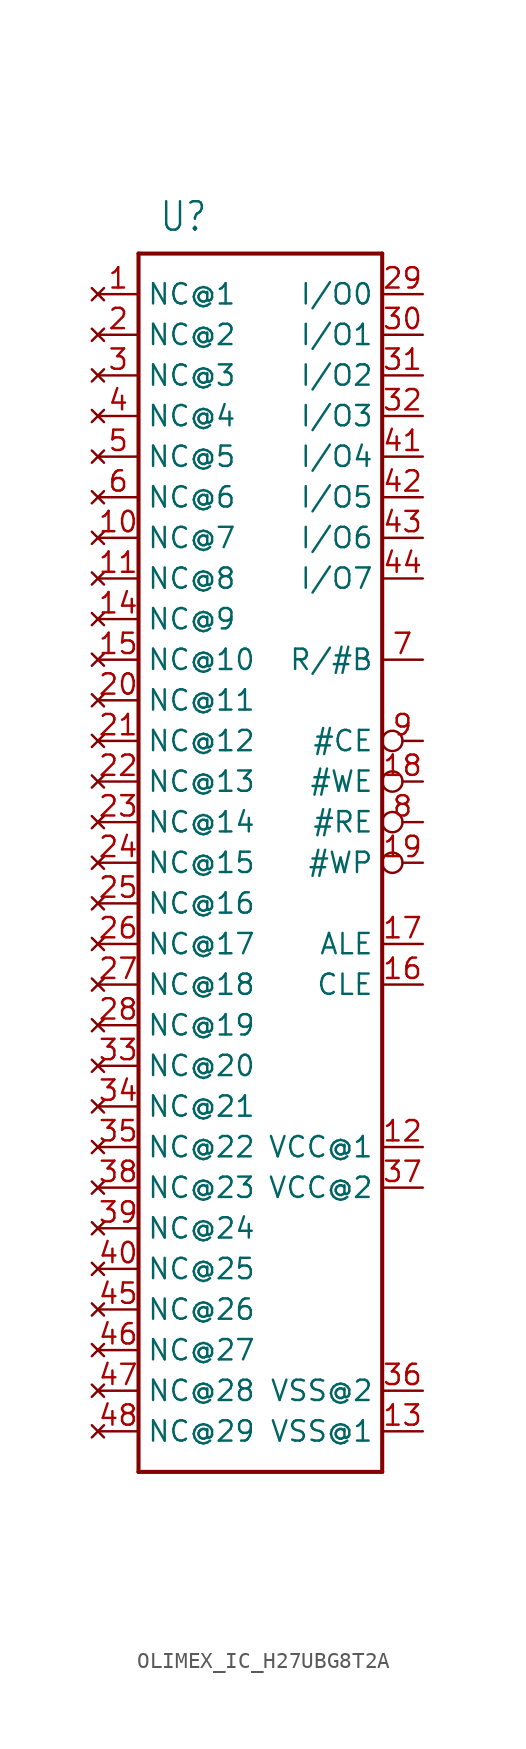
<source format=kicad_sym>
(kicad_symbol_lib
  (version 20231120)
  (generator "kicad_symbol_editor")
  (generator_version "8.0")
  (symbol "OLIMEX_IC_H27UBG8T2A"
    (property "Reference" "U"
      (at -6.35 39.37 0)
      (effects (font (size 1.778 1.511)) (justify left bottom)))
    (property "Value" ""
      (at -6.35 -40.64 0)
      (effects (font (size 1.778 1.511)) (justify left bottom)))
    (property "ki_locked" ""
      (at 0 0 0)
      (effects (font (size 1.27 1.27))))
    (symbol "OLIMEX_IC_H27UBG8T2A_1_0"
      (polyline (pts (xy -7.62 -38.1) (xy 7.62 -38.1)) (stroke (width 0.254) (type solid)) (fill (type none)))
      (polyline (pts (xy -7.62 38.1) (xy -7.62 -38.1)) (stroke (width 0.254) (type solid)) (fill (type none)))
      (polyline (pts (xy 7.62 -38.1) (xy 7.62 38.1)) (stroke (width 0.254) (type solid)) (fill (type none)))
      (polyline (pts (xy 7.62 38.1) (xy -7.62 38.1)) (stroke (width 0.254) (type solid)) (fill (type none)))
      (pin no_connect line (at -10.16 35.56 0) (length 2.54) (name "NC@1" (effects (font (size 1.27 1.27)))) (number "1" (effects (font (size 1.27 1.27)))))
      (pin no_connect line (at -10.16 20.32 0) (length 2.54) (name "NC@7" (effects (font (size 1.27 1.27)))) (number "10" (effects (font (size 1.27 1.27)))))
      (pin no_connect line (at -10.16 17.78 0) (length 2.54) (name "NC@8" (effects (font (size 1.27 1.27)))) (number "11" (effects (font (size 1.27 1.27)))))
      (pin power_in line (at 10.16 -17.78 180) (length 2.54) (name "VCC@1" (effects (font (size 1.27 1.27)))) (number "12" (effects (font (size 1.27 1.27)))))
      (pin power_in line (at 10.16 -35.56 180) (length 2.54) (name "VSS@1" (effects (font (size 1.27 1.27)))) (number "13" (effects (font (size 1.27 1.27)))))
      (pin no_connect line (at -10.16 15.24 0) (length 2.54) (name "NC@9" (effects (font (size 1.27 1.27)))) (number "14" (effects (font (size 1.27 1.27)))))
      (pin no_connect line (at -10.16 12.7 0) (length 2.54) (name "NC@10" (effects (font (size 1.27 1.27)))) (number "15" (effects (font (size 1.27 1.27)))))
      (pin input line (at 10.16 -7.62 180) (length 2.54) (name "CLE" (effects (font (size 1.27 1.27)))) (number "16" (effects (font (size 1.27 1.27)))))
      (pin input line (at 10.16 -5.08 180) (length 2.54) (name "ALE" (effects (font (size 1.27 1.27)))) (number "17" (effects (font (size 1.27 1.27)))))
      (pin input inverted (at 10.16 5.08 180) (length 2.54) (name "#WE" (effects (font (size 1.27 1.27)))) (number "18" (effects (font (size 1.27 1.27)))))
      (pin input inverted (at 10.16 0 180) (length 2.54) (name "#WP" (effects (font (size 1.27 1.27)))) (number "19" (effects (font (size 1.27 1.27)))))
      (pin no_connect line (at -10.16 33.02 0) (length 2.54) (name "NC@2" (effects (font (size 1.27 1.27)))) (number "2" (effects (font (size 1.27 1.27)))))
      (pin no_connect line (at -10.16 10.16 0) (length 2.54) (name "NC@11" (effects (font (size 1.27 1.27)))) (number "20" (effects (font (size 1.27 1.27)))))
      (pin no_connect line (at -10.16 7.62 0) (length 2.54) (name "NC@12" (effects (font (size 1.27 1.27)))) (number "21" (effects (font (size 1.27 1.27)))))
      (pin no_connect line (at -10.16 5.08 0) (length 2.54) (name "NC@13" (effects (font (size 1.27 1.27)))) (number "22" (effects (font (size 1.27 1.27)))))
      (pin no_connect line (at -10.16 2.54 0) (length 2.54) (name "NC@14" (effects (font (size 1.27 1.27)))) (number "23" (effects (font (size 1.27 1.27)))))
      (pin no_connect line (at -10.16 0 0) (length 2.54) (name "NC@15" (effects (font (size 1.27 1.27)))) (number "24" (effects (font (size 1.27 1.27)))))
      (pin no_connect line (at -10.16 -2.54 0) (length 2.54) (name "NC@16" (effects (font (size 1.27 1.27)))) (number "25" (effects (font (size 1.27 1.27)))))
      (pin no_connect line (at -10.16 -5.08 0) (length 2.54) (name "NC@17" (effects (font (size 1.27 1.27)))) (number "26" (effects (font (size 1.27 1.27)))))
      (pin no_connect line (at -10.16 -7.62 0) (length 2.54) (name "NC@18" (effects (font (size 1.27 1.27)))) (number "27" (effects (font (size 1.27 1.27)))))
      (pin no_connect line (at -10.16 -10.16 0) (length 2.54) (name "NC@19" (effects (font (size 1.27 1.27)))) (number "28" (effects (font (size 1.27 1.27)))))
      (pin bidirectional line (at 10.16 35.56 180) (length 2.54) (name "I/O0" (effects (font (size 1.27 1.27)))) (number "29" (effects (font (size 1.27 1.27)))))
      (pin no_connect line (at -10.16 30.48 0) (length 2.54) (name "NC@3" (effects (font (size 1.27 1.27)))) (number "3" (effects (font (size 1.27 1.27)))))
      (pin bidirectional line (at 10.16 33.02 180) (length 2.54) (name "I/O1" (effects (font (size 1.27 1.27)))) (number "30" (effects (font (size 1.27 1.27)))))
      (pin bidirectional line (at 10.16 30.48 180) (length 2.54) (name "I/O2" (effects (font (size 1.27 1.27)))) (number "31" (effects (font (size 1.27 1.27)))))
      (pin bidirectional line (at 10.16 27.94 180) (length 2.54) (name "I/O3" (effects (font (size 1.27 1.27)))) (number "32" (effects (font (size 1.27 1.27)))))
      (pin no_connect line (at -10.16 -12.7 0) (length 2.54) (name "NC@20" (effects (font (size 1.27 1.27)))) (number "33" (effects (font (size 1.27 1.27)))))
      (pin no_connect line (at -10.16 -15.24 0) (length 2.54) (name "NC@21" (effects (font (size 1.27 1.27)))) (number "34" (effects (font (size 1.27 1.27)))))
      (pin no_connect line (at -10.16 -17.78 0) (length 2.54) (name "NC@22" (effects (font (size 1.27 1.27)))) (number "35" (effects (font (size 1.27 1.27)))))
      (pin power_in line (at 10.16 -33.02 180) (length 2.54) (name "VSS@2" (effects (font (size 1.27 1.27)))) (number "36" (effects (font (size 1.27 1.27)))))
      (pin power_in line (at 10.16 -20.32 180) (length 2.54) (name "VCC@2" (effects (font (size 1.27 1.27)))) (number "37" (effects (font (size 1.27 1.27)))))
      (pin no_connect line (at -10.16 -20.32 0) (length 2.54) (name "NC@23" (effects (font (size 1.27 1.27)))) (number "38" (effects (font (size 1.27 1.27)))))
      (pin no_connect line (at -10.16 -22.86 0) (length 2.54) (name "NC@24" (effects (font (size 1.27 1.27)))) (number "39" (effects (font (size 1.27 1.27)))))
      (pin no_connect line (at -10.16 27.94 0) (length 2.54) (name "NC@4" (effects (font (size 1.27 1.27)))) (number "4" (effects (font (size 1.27 1.27)))))
      (pin no_connect line (at -10.16 -25.4 0) (length 2.54) (name "NC@25" (effects (font (size 1.27 1.27)))) (number "40" (effects (font (size 1.27 1.27)))))
      (pin bidirectional line (at 10.16 25.4 180) (length 2.54) (name "I/O4" (effects (font (size 1.27 1.27)))) (number "41" (effects (font (size 1.27 1.27)))))
      (pin bidirectional line (at 10.16 22.86 180) (length 2.54) (name "I/O5" (effects (font (size 1.27 1.27)))) (number "42" (effects (font (size 1.27 1.27)))))
      (pin bidirectional line (at 10.16 20.32 180) (length 2.54) (name "I/O6" (effects (font (size 1.27 1.27)))) (number "43" (effects (font (size 1.27 1.27)))))
      (pin bidirectional line (at 10.16 17.78 180) (length 2.54) (name "I/O7" (effects (font (size 1.27 1.27)))) (number "44" (effects (font (size 1.27 1.27)))))
      (pin no_connect line (at -10.16 -27.94 0) (length 2.54) (name "NC@26" (effects (font (size 1.27 1.27)))) (number "45" (effects (font (size 1.27 1.27)))))
      (pin no_connect line (at -10.16 -30.48 0) (length 2.54) (name "NC@27" (effects (font (size 1.27 1.27)))) (number "46" (effects (font (size 1.27 1.27)))))
      (pin no_connect line (at -10.16 -33.02 0) (length 2.54) (name "NC@28" (effects (font (size 1.27 1.27)))) (number "47" (effects (font (size 1.27 1.27)))))
      (pin no_connect line (at -10.16 -35.56 0) (length 2.54) (name "NC@29" (effects (font (size 1.27 1.27)))) (number "48" (effects (font (size 1.27 1.27)))))
      (pin no_connect line (at -10.16 25.4 0) (length 2.54) (name "NC@5" (effects (font (size 1.27 1.27)))) (number "5" (effects (font (size 1.27 1.27)))))
      (pin no_connect line (at -10.16 22.86 0) (length 2.54) (name "NC@6" (effects (font (size 1.27 1.27)))) (number "6" (effects (font (size 1.27 1.27)))))
      (pin output line (at 10.16 12.7 180) (length 2.54) (name "R/#B" (effects (font (size 1.27 1.27)))) (number "7" (effects (font (size 1.27 1.27)))))
      (pin input inverted (at 10.16 2.54 180) (length 2.54) (name "#RE" (effects (font (size 1.27 1.27)))) (number "8" (effects (font (size 1.27 1.27)))))
      (pin input inverted (at 10.16 7.62 180) (length 2.54) (name "#CE" (effects (font (size 1.27 1.27)))) (number "9" (effects (font (size 1.27 1.27))))))))
</source>
